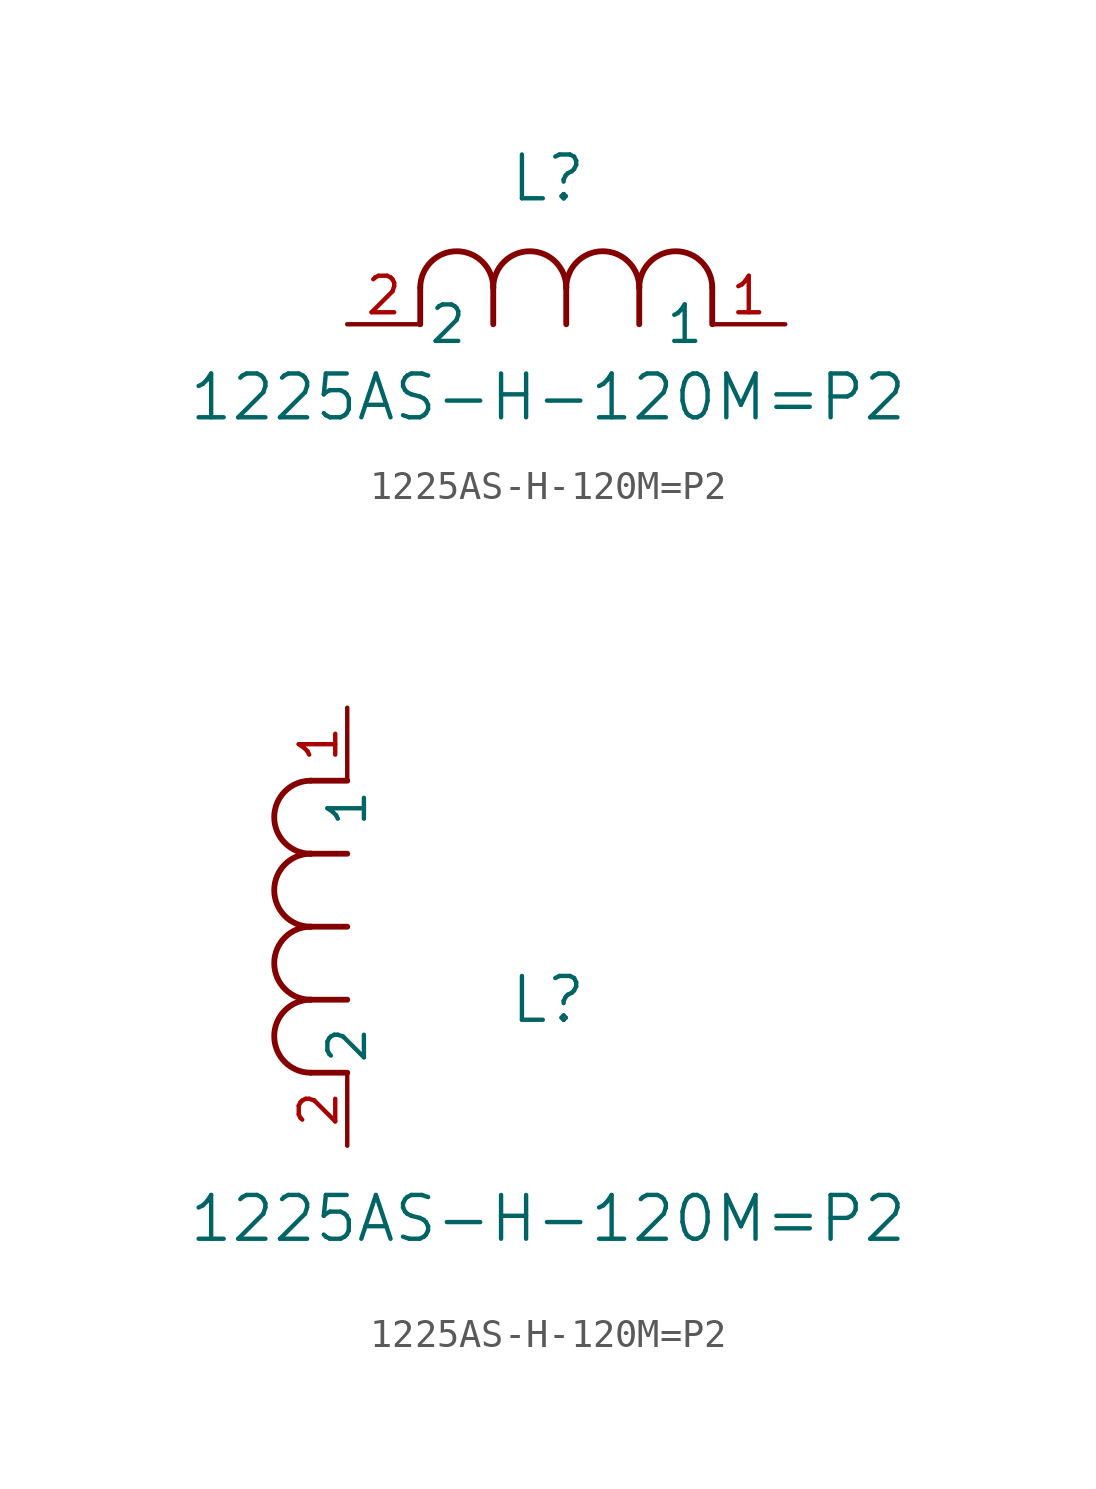
<source format=kicad_sym>
(kicad_symbol_lib
  (version 20211014)
  (generator kicad_symbol_editor)
  (symbol "1225AS-H-120M=P2"
    (pin_names
      (offset 0.254))
    (property "Reference" "L"
      (at 6.985 5.08 0)
      (effects (font (size 1.524 1.524))))
    (property "Value" "1225AS-H-120M=P2"
      (at 6.985 -2.54 0)
      (effects (font (size 1.524 1.524))))
    (symbol "1225AS-H-120M=P2_1_1"
      (arc (start 7.62 1.27) (mid 6.35 2.54) (end 5.08 1.27) (stroke (width 0.2032) (type default) (color 0 0 0 0)) (fill (type none)))
      (polyline (pts (xy 5.08 0) (xy 5.08 1.27)) (stroke (width 0.203) (type default) (color 0 0 0 0)) (fill (type none)))
      (polyline (pts (xy 7.62 0) (xy 7.62 1.27)) (stroke (width 0.203) (type default) (color 0 0 0 0)) (fill (type none)))
      (polyline (pts (xy 12.7 0) (xy 12.7 1.27)) (stroke (width 0.203) (type default) (color 0 0 0 0)) (fill (type none)))
      (arc (start 5.08 1.27) (mid 3.81 2.54) (end 2.54 1.27) (stroke (width 0.2032) (type default) (color 0 0 0 0)) (fill (type none)))
      (arc (start 10.16 1.27) (mid 8.89 2.54) (end 7.62 1.27) (stroke (width 0.2032) (type default) (color 0 0 0 0)) (fill (type none)))
      (arc (start 12.7 1.27) (mid 11.43 2.54) (end 10.16 1.27) (stroke (width 0.2032) (type default) (color 0 0 0 0)) (fill (type none)))
      (polyline (pts (xy 2.54 0) (xy 2.54 1.27)) (stroke (width 0.203) (type default) (color 0 0 0 0)) (fill (type none)))
      (polyline (pts (xy 10.16 0) (xy 10.16 1.27)) (stroke (width 0.203) (type default) (color 0 0 0 0)) (fill (type none)))
      (pin unspecified line (at 0 0 0) (length 2.54) (name "2" (effects (font (size 1.27 1.27)))) (number "2" (effects (font (size 1.27 1.27)))))
      (pin unspecified line (at 15.24 0 180) (length 2.54) (name "1" (effects (font (size 1.27 1.27)))) (number "1" (effects (font (size 1.27 1.27))))))
    (symbol "1225AS-H-120M=P2_1_2"
      (arc (start -1.27 7.62) (mid -2.54 6.35) (end -1.27 5.08) (stroke (width 0.2032) (type default) (color 0 0 0 0)) (fill (type none)))
      (arc (start -1.27 5.08) (mid -2.54 3.81) (end -1.27 2.54) (stroke (width 0.2032) (type default) (color 0 0 0 0)) (fill (type none)))
      (arc (start -1.27 12.7) (mid -2.54 11.43) (end -1.27 10.16) (stroke (width 0.2032) (type default) (color 0 0 0 0)) (fill (type none)))
      (arc (start -1.27 10.16) (mid -2.54 8.89) (end -1.27 7.62) (stroke (width 0.2032) (type default) (color 0 0 0 0)) (fill (type none)))
      (polyline (pts (xy 0 7.62) (xy -1.27 7.62)) (stroke (width 0.203) (type default) (color 0 0 0 0)) (fill (type none)))
      (polyline (pts (xy 0 5.08) (xy -1.27 5.08)) (stroke (width 0.203) (type default) (color 0 0 0 0)) (fill (type none)))
      (polyline (pts (xy 0 12.7) (xy -1.27 12.7)) (stroke (width 0.203) (type default) (color 0 0 0 0)) (fill (type none)))
      (polyline (pts (xy 0 2.54) (xy -1.27 2.54)) (stroke (width 0.203) (type default) (color 0 0 0 0)) (fill (type none)))
      (polyline (pts (xy 0 10.16) (xy -1.27 10.16)) (stroke (width 0.203) (type default) (color 0 0 0 0)) (fill (type none)))
      (pin unspecified line (at 0 0 90) (length 2.54) (name "2" (effects (font (size 1.27 1.27)))) (number "2" (effects (font (size 1.27 1.27)))))
      (pin unspecified line (at 0 15.24 270) (length 2.54) (name "1" (effects (font (size 1.27 1.27)))) (number "1" (effects (font (size 1.27 1.27))))))))
</source>
